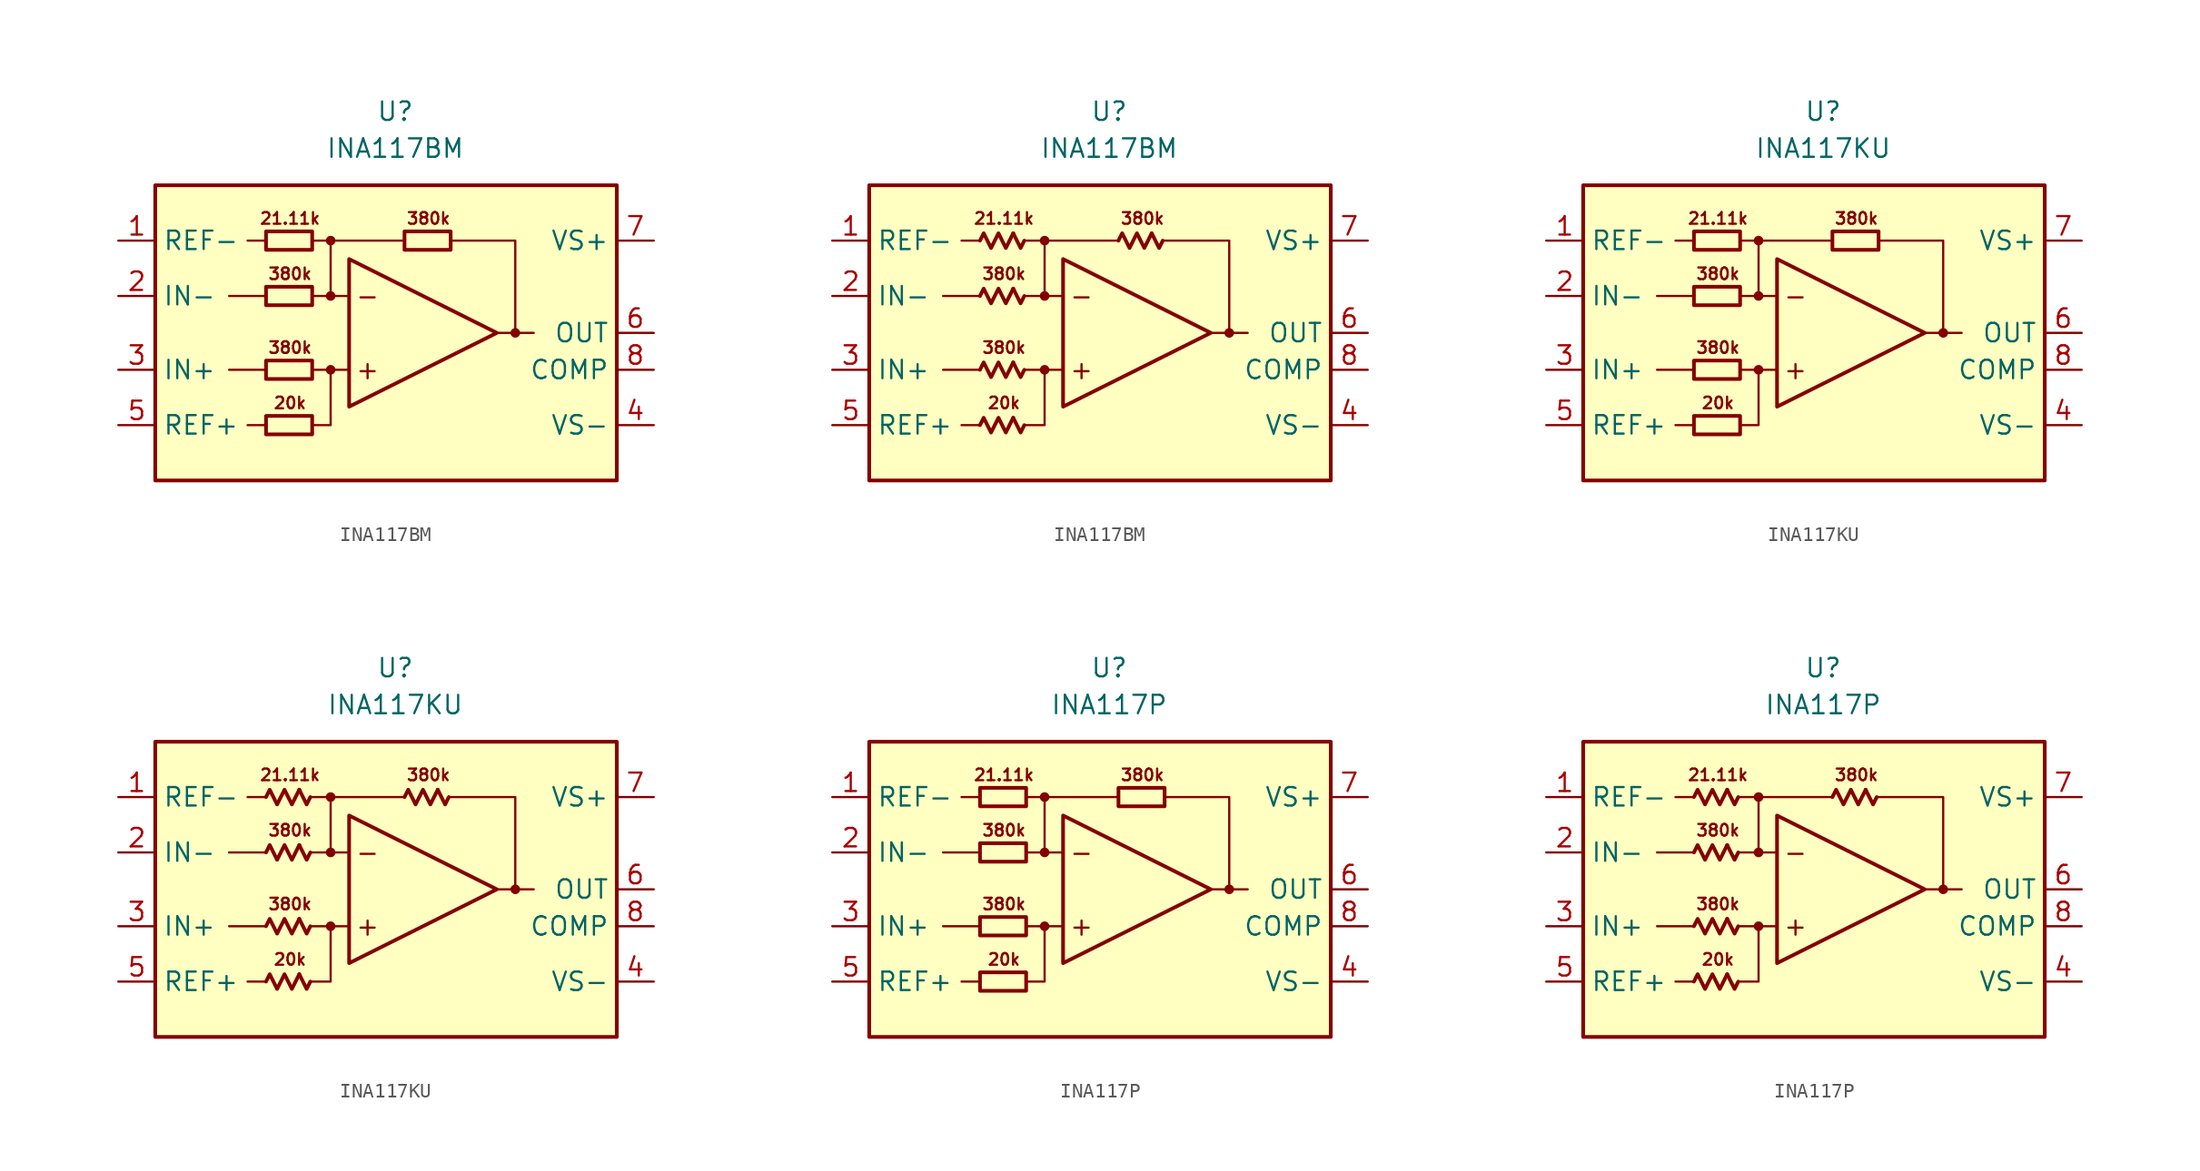
<source format=kicad_sym>
(kicad_symbol_lib
  (version 20231120)
  (generator "kicad_symbol_editor")
  (generator_version "8.0")
  (symbol "INA117BM"
    (property "Reference" "U"
      (at 0 15.24 0)
      (effects (font (size 1.27 1.27))))
    (property "Value" "INA117BM"
      (at 0 12.7 0)
      (effects (font (size 1.27 1.27))))
    (symbol "INA117BM_0_0"
      (rectangle (start -16.51 10.16) (end 15.24 -10.16) (stroke (width 0.254) (type default)) (fill (type background)))
      (circle (center -4.445 -2.54) (radius 0.254) (stroke (width 0.152) (type default)) (fill (type outline)))
      (circle (center -4.445 2.54) (radius 0.254) (stroke (width 0.152) (type default)) (fill (type outline)))
      (circle (center -4.445 6.35) (radius 0.254) (stroke (width 0.152) (type default)) (fill (type outline)))
      (polyline (pts (xy -8.89 -6.35) (xy -10.16 -6.35)) (stroke (width 0.152) (type default)) (fill (type none)))
      (polyline (pts (xy -8.89 -2.54) (xy -11.43 -2.54)) (stroke (width 0.152) (type default)) (fill (type none)))
      (polyline (pts (xy -8.89 2.54) (xy -11.43 2.54)) (stroke (width 0.152) (type default)) (fill (type none)))
      (polyline (pts (xy -8.89 6.35) (xy -10.16 6.35)) (stroke (width 0.152) (type default)) (fill (type none)))
      (polyline (pts (xy -5.715 6.35) (xy 0.635 6.35)) (stroke (width 0.152) (type default)) (fill (type none)))
      (polyline (pts (xy -4.445 2.54) (xy -4.445 6.35)) (stroke (width 0.152) (type default)) (fill (type none)))
      (polyline (pts (xy -3.175 -2.54) (xy -5.715 -2.54)) (stroke (width 0.152) (type default)) (fill (type none)))
      (polyline (pts (xy -3.175 2.54) (xy -5.715 2.54)) (stroke (width 0.152) (type default)) (fill (type none)))
      (polyline (pts (xy 8.255 0) (xy 9.525 0)) (stroke (width 0.152) (type default)) (fill (type none)))
      (polyline (pts (xy -5.715 -6.35) (xy -4.445 -6.35) (xy -4.445 -2.54)) (stroke (width 0.152) (type default)) (fill (type none)))
      (polyline (pts (xy -3.175 5.08) (xy -3.175 -5.08) (xy 6.985 0) (xy -3.175 5.08)) (stroke (width 0.254) (type default)) (fill (type none)))
      (polyline (pts (xy 3.81 6.35) (xy 8.255 6.35) (xy 8.255 0) (xy 6.985 0)) (stroke (width 0.152) (type default)) (fill (type none)))
      (circle (center 8.255 0) (radius 0.254) (stroke (width 0.152) (type default)) (fill (type outline)))
      (text "+" (at -1.905 -2.54 0) (effects (font (size 1.27 1.27))))
      (text "-" (at -1.905 2.54 0) (effects (font (size 1.27 1.27))))
      (text "20k" (at -7.239 -4.826 0) (effects (font (size 0.8 0.8))))
      (text "21.11k" (at -7.239 7.874 0) (effects (font (size 0.8 0.8))))
      (text "380k" (at -7.239 -1.016 0) (effects (font (size 0.8 0.8))))
      (text "380k" (at -7.239 4.064 0) (effects (font (size 0.8 0.8))))
      (text "380k" (at 2.286 7.874 0) (effects (font (size 0.8 0.8)))))
    (symbol "INA117BM_0_1"
      (rectangle (start -8.89 -5.715) (end -5.715 -6.985) (stroke (width 0.254) (type default)) (fill (type none)))
      (rectangle (start -8.89 -1.905) (end -5.715 -3.175) (stroke (width 0.254) (type default)) (fill (type none)))
      (rectangle (start -8.89 3.175) (end -5.715 1.905) (stroke (width 0.254) (type default)) (fill (type none)))
      (rectangle (start -8.89 6.985) (end -5.715 5.715) (stroke (width 0.254) (type default)) (fill (type none)))
      (rectangle (start 0.635 6.985) (end 3.81 5.715) (stroke (width 0.254) (type default)) (fill (type none))))
    (symbol "INA117BM_0_2"
      (polyline (pts (xy -6.604 -5.842) (xy -6.096 -6.858) (xy -5.842 -6.35)) (stroke (width 0.254) (type default)) (fill (type none)))
      (polyline (pts (xy -6.604 -2.032) (xy -6.096 -3.048) (xy -5.842 -2.54)) (stroke (width 0.254) (type default)) (fill (type none)))
      (polyline (pts (xy -6.604 3.048) (xy -6.096 2.032) (xy -5.842 2.54)) (stroke (width 0.254) (type default)) (fill (type none)))
      (polyline (pts (xy -6.604 6.858) (xy -6.096 5.842) (xy -5.842 6.35)) (stroke (width 0.254) (type default)) (fill (type none)))
      (polyline (pts (xy 2.921 6.858) (xy 3.429 5.842) (xy 3.683 6.35)) (stroke (width 0.254) (type default)) (fill (type none)))
      (polyline (pts (xy -8.89 -6.35) (xy -8.636 -5.842) (xy -8.128 -6.858) (xy -7.62 -5.842) (xy -7.112 -6.858) (xy -6.604 -5.842)) (stroke (width 0.254) (type default)) (fill (type none)))
      (polyline (pts (xy -8.89 -2.54) (xy -8.636 -2.032) (xy -8.128 -3.048) (xy -7.62 -2.032) (xy -7.112 -3.048) (xy -6.604 -2.032)) (stroke (width 0.254) (type default)) (fill (type none)))
      (polyline (pts (xy -8.89 2.54) (xy -8.636 3.048) (xy -8.128 2.032) (xy -7.62 3.048) (xy -7.112 2.032) (xy -6.604 3.048)) (stroke (width 0.254) (type default)) (fill (type none)))
      (polyline (pts (xy -8.89 6.35) (xy -8.636 6.858) (xy -8.128 5.842) (xy -7.62 6.858) (xy -7.112 5.842) (xy -6.604 6.858)) (stroke (width 0.254) (type default)) (fill (type none)))
      (polyline (pts (xy 0.635 6.35) (xy 0.889 6.858) (xy 1.397 5.842) (xy 1.905 6.858) (xy 2.413 5.842) (xy 2.921 6.858)) (stroke (width 0.254) (type default)) (fill (type none))))
    (symbol "INA117BM_1_1"
      (pin input line (at -19.05 6.35 0) (length 2.54) (name "REF-" (effects (font (size 1.27 1.27)))) (number "1" (effects (font (size 1.27 1.27)))))
      (pin input line (at -19.05 2.54 0) (length 2.54) (name "IN-" (effects (font (size 1.27 1.27)))) (number "2" (effects (font (size 1.27 1.27)))))
      (pin input line (at -19.05 -2.54 0) (length 2.54) (name "IN+" (effects (font (size 1.27 1.27)))) (number "3" (effects (font (size 1.27 1.27)))))
      (pin power_in line (at 17.78 -6.35 180) (length 2.54) (name "VS-" (effects (font (size 1.27 1.27)))) (number "4" (effects (font (size 1.27 1.27)))))
      (pin input line (at -19.05 -6.35 0) (length 2.54) (name "REF+" (effects (font (size 1.27 1.27)))) (number "5" (effects (font (size 1.27 1.27)))))
      (pin output line (at 17.78 0 180) (length 2.54) (name "OUT" (effects (font (size 1.27 1.27)))) (number "6" (effects (font (size 1.27 1.27)))))
      (pin power_in line (at 17.78 6.35 180) (length 2.54) (name "VS+" (effects (font (size 1.27 1.27)))) (number "7" (effects (font (size 1.27 1.27)))))
      (pin passive line (at 17.78 -2.54 180) (length 2.54) (name "COMP" (effects (font (size 1.27 1.27)))) (number "8" (effects (font (size 1.27 1.27))))))
    (symbol "INA117BM_1_2"
      (pin input line (at -19.05 6.35 0) (length 2.54) (name "REF-" (effects (font (size 1.27 1.27)))) (number "1" (effects (font (size 1.27 1.27)))))
      (pin input line (at -19.05 2.54 0) (length 2.54) (name "IN-" (effects (font (size 1.27 1.27)))) (number "2" (effects (font (size 1.27 1.27)))))
      (pin input line (at -19.05 -2.54 0) (length 2.54) (name "IN+" (effects (font (size 1.27 1.27)))) (number "3" (effects (font (size 1.27 1.27)))))
      (pin power_in line (at 17.78 -6.35 180) (length 2.54) (name "VS-" (effects (font (size 1.27 1.27)))) (number "4" (effects (font (size 1.27 1.27)))))
      (pin input line (at -19.05 -6.35 0) (length 2.54) (name "REF+" (effects (font (size 1.27 1.27)))) (number "5" (effects (font (size 1.27 1.27)))))
      (pin output line (at 17.78 0 180) (length 2.54) (name "OUT" (effects (font (size 1.27 1.27)))) (number "6" (effects (font (size 1.27 1.27)))))
      (pin power_in line (at 17.78 6.35 180) (length 2.54) (name "VS+" (effects (font (size 1.27 1.27)))) (number "7" (effects (font (size 1.27 1.27)))))
      (pin passive line (at 17.78 -2.54 180) (length 2.54) (name "COMP" (effects (font (size 1.27 1.27)))) (number "8" (effects (font (size 1.27 1.27)))))))
  (symbol "INA117KU"
    (property "Reference" "U"
      (at 0 15.24 0)
      (effects (font (size 1.27 1.27))))
    (property "Value" "INA117KU"
      (at 0 12.7 0)
      (effects (font (size 1.27 1.27))))
    (symbol "INA117KU_0_0"
      (rectangle (start -16.51 10.16) (end 15.24 -10.16) (stroke (width 0.254) (type default)) (fill (type background)))
      (circle (center -4.445 -2.54) (radius 0.254) (stroke (width 0.152) (type default)) (fill (type outline)))
      (circle (center -4.445 2.54) (radius 0.254) (stroke (width 0.152) (type default)) (fill (type outline)))
      (circle (center -4.445 6.35) (radius 0.254) (stroke (width 0.152) (type default)) (fill (type outline)))
      (polyline (pts (xy -8.89 -6.35) (xy -10.16 -6.35)) (stroke (width 0.152) (type default)) (fill (type none)))
      (polyline (pts (xy -8.89 -2.54) (xy -11.43 -2.54)) (stroke (width 0.152) (type default)) (fill (type none)))
      (polyline (pts (xy -8.89 2.54) (xy -11.43 2.54)) (stroke (width 0.152) (type default)) (fill (type none)))
      (polyline (pts (xy -8.89 6.35) (xy -10.16 6.35)) (stroke (width 0.152) (type default)) (fill (type none)))
      (polyline (pts (xy -5.715 6.35) (xy 0.635 6.35)) (stroke (width 0.152) (type default)) (fill (type none)))
      (polyline (pts (xy -4.445 2.54) (xy -4.445 6.35)) (stroke (width 0.152) (type default)) (fill (type none)))
      (polyline (pts (xy -3.175 -2.54) (xy -5.715 -2.54)) (stroke (width 0.152) (type default)) (fill (type none)))
      (polyline (pts (xy -3.175 2.54) (xy -5.715 2.54)) (stroke (width 0.152) (type default)) (fill (type none)))
      (polyline (pts (xy 8.255 0) (xy 9.525 0)) (stroke (width 0.152) (type default)) (fill (type none)))
      (polyline (pts (xy -5.715 -6.35) (xy -4.445 -6.35) (xy -4.445 -2.54)) (stroke (width 0.152) (type default)) (fill (type none)))
      (polyline (pts (xy -3.175 5.08) (xy -3.175 -5.08) (xy 6.985 0) (xy -3.175 5.08)) (stroke (width 0.254) (type default)) (fill (type none)))
      (polyline (pts (xy 3.81 6.35) (xy 8.255 6.35) (xy 8.255 0) (xy 6.985 0)) (stroke (width 0.152) (type default)) (fill (type none)))
      (circle (center 8.255 0) (radius 0.254) (stroke (width 0.152) (type default)) (fill (type outline)))
      (text "+" (at -1.905 -2.54 0) (effects (font (size 1.27 1.27))))
      (text "-" (at -1.905 2.54 0) (effects (font (size 1.27 1.27))))
      (text "20k" (at -7.239 -4.826 0) (effects (font (size 0.8 0.8))))
      (text "21.11k" (at -7.239 7.874 0) (effects (font (size 0.8 0.8))))
      (text "380k" (at -7.239 -1.016 0) (effects (font (size 0.8 0.8))))
      (text "380k" (at -7.239 4.064 0) (effects (font (size 0.8 0.8))))
      (text "380k" (at 2.286 7.874 0) (effects (font (size 0.8 0.8)))))
    (symbol "INA117KU_0_1"
      (rectangle (start -8.89 -5.715) (end -5.715 -6.985) (stroke (width 0.254) (type default)) (fill (type none)))
      (rectangle (start -8.89 -1.905) (end -5.715 -3.175) (stroke (width 0.254) (type default)) (fill (type none)))
      (rectangle (start -8.89 3.175) (end -5.715 1.905) (stroke (width 0.254) (type default)) (fill (type none)))
      (rectangle (start -8.89 6.985) (end -5.715 5.715) (stroke (width 0.254) (type default)) (fill (type none)))
      (rectangle (start 0.635 6.985) (end 3.81 5.715) (stroke (width 0.254) (type default)) (fill (type none))))
    (symbol "INA117KU_0_2"
      (polyline (pts (xy -6.604 -5.842) (xy -6.096 -6.858) (xy -5.842 -6.35)) (stroke (width 0.254) (type default)) (fill (type none)))
      (polyline (pts (xy -6.604 -2.032) (xy -6.096 -3.048) (xy -5.842 -2.54)) (stroke (width 0.254) (type default)) (fill (type none)))
      (polyline (pts (xy -6.604 3.048) (xy -6.096 2.032) (xy -5.842 2.54)) (stroke (width 0.254) (type default)) (fill (type none)))
      (polyline (pts (xy -6.604 6.858) (xy -6.096 5.842) (xy -5.842 6.35)) (stroke (width 0.254) (type default)) (fill (type none)))
      (polyline (pts (xy 2.921 6.858) (xy 3.429 5.842) (xy 3.683 6.35)) (stroke (width 0.254) (type default)) (fill (type none)))
      (polyline (pts (xy -8.89 -6.35) (xy -8.636 -5.842) (xy -8.128 -6.858) (xy -7.62 -5.842) (xy -7.112 -6.858) (xy -6.604 -5.842)) (stroke (width 0.254) (type default)) (fill (type none)))
      (polyline (pts (xy -8.89 -2.54) (xy -8.636 -2.032) (xy -8.128 -3.048) (xy -7.62 -2.032) (xy -7.112 -3.048) (xy -6.604 -2.032)) (stroke (width 0.254) (type default)) (fill (type none)))
      (polyline (pts (xy -8.89 2.54) (xy -8.636 3.048) (xy -8.128 2.032) (xy -7.62 3.048) (xy -7.112 2.032) (xy -6.604 3.048)) (stroke (width 0.254) (type default)) (fill (type none)))
      (polyline (pts (xy -8.89 6.35) (xy -8.636 6.858) (xy -8.128 5.842) (xy -7.62 6.858) (xy -7.112 5.842) (xy -6.604 6.858)) (stroke (width 0.254) (type default)) (fill (type none)))
      (polyline (pts (xy 0.635 6.35) (xy 0.889 6.858) (xy 1.397 5.842) (xy 1.905 6.858) (xy 2.413 5.842) (xy 2.921 6.858)) (stroke (width 0.254) (type default)) (fill (type none))))
    (symbol "INA117KU_1_1"
      (pin input line (at -19.05 6.35 0) (length 2.54) (name "REF-" (effects (font (size 1.27 1.27)))) (number "1" (effects (font (size 1.27 1.27)))))
      (pin input line (at -19.05 2.54 0) (length 2.54) (name "IN-" (effects (font (size 1.27 1.27)))) (number "2" (effects (font (size 1.27 1.27)))))
      (pin input line (at -19.05 -2.54 0) (length 2.54) (name "IN+" (effects (font (size 1.27 1.27)))) (number "3" (effects (font (size 1.27 1.27)))))
      (pin power_in line (at 17.78 -6.35 180) (length 2.54) (name "VS-" (effects (font (size 1.27 1.27)))) (number "4" (effects (font (size 1.27 1.27)))))
      (pin input line (at -19.05 -6.35 0) (length 2.54) (name "REF+" (effects (font (size 1.27 1.27)))) (number "5" (effects (font (size 1.27 1.27)))))
      (pin output line (at 17.78 0 180) (length 2.54) (name "OUT" (effects (font (size 1.27 1.27)))) (number "6" (effects (font (size 1.27 1.27)))))
      (pin power_in line (at 17.78 6.35 180) (length 2.54) (name "VS+" (effects (font (size 1.27 1.27)))) (number "7" (effects (font (size 1.27 1.27)))))
      (pin passive line (at 17.78 -2.54 180) (length 2.54) (name "COMP" (effects (font (size 1.27 1.27)))) (number "8" (effects (font (size 1.27 1.27))))))
    (symbol "INA117KU_1_2"
      (pin input line (at -19.05 6.35 0) (length 2.54) (name "REF-" (effects (font (size 1.27 1.27)))) (number "1" (effects (font (size 1.27 1.27)))))
      (pin input line (at -19.05 2.54 0) (length 2.54) (name "IN-" (effects (font (size 1.27 1.27)))) (number "2" (effects (font (size 1.27 1.27)))))
      (pin input line (at -19.05 -2.54 0) (length 2.54) (name "IN+" (effects (font (size 1.27 1.27)))) (number "3" (effects (font (size 1.27 1.27)))))
      (pin power_in line (at 17.78 -6.35 180) (length 2.54) (name "VS-" (effects (font (size 1.27 1.27)))) (number "4" (effects (font (size 1.27 1.27)))))
      (pin input line (at -19.05 -6.35 0) (length 2.54) (name "REF+" (effects (font (size 1.27 1.27)))) (number "5" (effects (font (size 1.27 1.27)))))
      (pin output line (at 17.78 0 180) (length 2.54) (name "OUT" (effects (font (size 1.27 1.27)))) (number "6" (effects (font (size 1.27 1.27)))))
      (pin power_in line (at 17.78 6.35 180) (length 2.54) (name "VS+" (effects (font (size 1.27 1.27)))) (number "7" (effects (font (size 1.27 1.27)))))
      (pin passive line (at 17.78 -2.54 180) (length 2.54) (name "COMP" (effects (font (size 1.27 1.27)))) (number "8" (effects (font (size 1.27 1.27)))))))
  (symbol "INA117P"
    (property "Reference" "U"
      (at 0 15.24 0)
      (effects (font (size 1.27 1.27))))
    (property "Value" "INA117P"
      (at 0 12.7 0)
      (effects (font (size 1.27 1.27))))
    (symbol "INA117P_0_0"
      (rectangle (start -16.51 10.16) (end 15.24 -10.16) (stroke (width 0.254) (type default)) (fill (type background)))
      (circle (center -4.445 -2.54) (radius 0.254) (stroke (width 0.152) (type default)) (fill (type outline)))
      (circle (center -4.445 2.54) (radius 0.254) (stroke (width 0.152) (type default)) (fill (type outline)))
      (circle (center -4.445 6.35) (radius 0.254) (stroke (width 0.152) (type default)) (fill (type outline)))
      (polyline (pts (xy -8.89 -6.35) (xy -10.16 -6.35)) (stroke (width 0.152) (type default)) (fill (type none)))
      (polyline (pts (xy -8.89 -2.54) (xy -11.43 -2.54)) (stroke (width 0.152) (type default)) (fill (type none)))
      (polyline (pts (xy -8.89 2.54) (xy -11.43 2.54)) (stroke (width 0.152) (type default)) (fill (type none)))
      (polyline (pts (xy -8.89 6.35) (xy -10.16 6.35)) (stroke (width 0.152) (type default)) (fill (type none)))
      (polyline (pts (xy -5.715 6.35) (xy 0.635 6.35)) (stroke (width 0.152) (type default)) (fill (type none)))
      (polyline (pts (xy -4.445 2.54) (xy -4.445 6.35)) (stroke (width 0.152) (type default)) (fill (type none)))
      (polyline (pts (xy -3.175 -2.54) (xy -5.715 -2.54)) (stroke (width 0.152) (type default)) (fill (type none)))
      (polyline (pts (xy -3.175 2.54) (xy -5.715 2.54)) (stroke (width 0.152) (type default)) (fill (type none)))
      (polyline (pts (xy 8.255 0) (xy 9.525 0)) (stroke (width 0.152) (type default)) (fill (type none)))
      (polyline (pts (xy -5.715 -6.35) (xy -4.445 -6.35) (xy -4.445 -2.54)) (stroke (width 0.152) (type default)) (fill (type none)))
      (polyline (pts (xy -3.175 5.08) (xy -3.175 -5.08) (xy 6.985 0) (xy -3.175 5.08)) (stroke (width 0.254) (type default)) (fill (type none)))
      (polyline (pts (xy 3.81 6.35) (xy 8.255 6.35) (xy 8.255 0) (xy 6.985 0)) (stroke (width 0.152) (type default)) (fill (type none)))
      (circle (center 8.255 0) (radius 0.254) (stroke (width 0.152) (type default)) (fill (type outline)))
      (text "+" (at -1.905 -2.54 0) (effects (font (size 1.27 1.27))))
      (text "-" (at -1.905 2.54 0) (effects (font (size 1.27 1.27))))
      (text "20k" (at -7.239 -4.826 0) (effects (font (size 0.8 0.8))))
      (text "21.11k" (at -7.239 7.874 0) (effects (font (size 0.8 0.8))))
      (text "380k" (at -7.239 -1.016 0) (effects (font (size 0.8 0.8))))
      (text "380k" (at -7.239 4.064 0) (effects (font (size 0.8 0.8))))
      (text "380k" (at 2.286 7.874 0) (effects (font (size 0.8 0.8)))))
    (symbol "INA117P_0_1"
      (rectangle (start -8.89 -5.715) (end -5.715 -6.985) (stroke (width 0.254) (type default)) (fill (type none)))
      (rectangle (start -8.89 -1.905) (end -5.715 -3.175) (stroke (width 0.254) (type default)) (fill (type none)))
      (rectangle (start -8.89 3.175) (end -5.715 1.905) (stroke (width 0.254) (type default)) (fill (type none)))
      (rectangle (start -8.89 6.985) (end -5.715 5.715) (stroke (width 0.254) (type default)) (fill (type none)))
      (rectangle (start 0.635 6.985) (end 3.81 5.715) (stroke (width 0.254) (type default)) (fill (type none))))
    (symbol "INA117P_0_2"
      (polyline (pts (xy -6.604 -5.842) (xy -6.096 -6.858) (xy -5.842 -6.35)) (stroke (width 0.254) (type default)) (fill (type none)))
      (polyline (pts (xy -6.604 -2.032) (xy -6.096 -3.048) (xy -5.842 -2.54)) (stroke (width 0.254) (type default)) (fill (type none)))
      (polyline (pts (xy -6.604 3.048) (xy -6.096 2.032) (xy -5.842 2.54)) (stroke (width 0.254) (type default)) (fill (type none)))
      (polyline (pts (xy -6.604 6.858) (xy -6.096 5.842) (xy -5.842 6.35)) (stroke (width 0.254) (type default)) (fill (type none)))
      (polyline (pts (xy 2.921 6.858) (xy 3.429 5.842) (xy 3.683 6.35)) (stroke (width 0.254) (type default)) (fill (type none)))
      (polyline (pts (xy -8.89 -6.35) (xy -8.636 -5.842) (xy -8.128 -6.858) (xy -7.62 -5.842) (xy -7.112 -6.858) (xy -6.604 -5.842)) (stroke (width 0.254) (type default)) (fill (type none)))
      (polyline (pts (xy -8.89 -2.54) (xy -8.636 -2.032) (xy -8.128 -3.048) (xy -7.62 -2.032) (xy -7.112 -3.048) (xy -6.604 -2.032)) (stroke (width 0.254) (type default)) (fill (type none)))
      (polyline (pts (xy -8.89 2.54) (xy -8.636 3.048) (xy -8.128 2.032) (xy -7.62 3.048) (xy -7.112 2.032) (xy -6.604 3.048)) (stroke (width 0.254) (type default)) (fill (type none)))
      (polyline (pts (xy -8.89 6.35) (xy -8.636 6.858) (xy -8.128 5.842) (xy -7.62 6.858) (xy -7.112 5.842) (xy -6.604 6.858)) (stroke (width 0.254) (type default)) (fill (type none)))
      (polyline (pts (xy 0.635 6.35) (xy 0.889 6.858) (xy 1.397 5.842) (xy 1.905 6.858) (xy 2.413 5.842) (xy 2.921 6.858)) (stroke (width 0.254) (type default)) (fill (type none))))
    (symbol "INA117P_1_1"
      (pin input line (at -19.05 6.35 0) (length 2.54) (name "REF-" (effects (font (size 1.27 1.27)))) (number "1" (effects (font (size 1.27 1.27)))))
      (pin input line (at -19.05 2.54 0) (length 2.54) (name "IN-" (effects (font (size 1.27 1.27)))) (number "2" (effects (font (size 1.27 1.27)))))
      (pin input line (at -19.05 -2.54 0) (length 2.54) (name "IN+" (effects (font (size 1.27 1.27)))) (number "3" (effects (font (size 1.27 1.27)))))
      (pin power_in line (at 17.78 -6.35 180) (length 2.54) (name "VS-" (effects (font (size 1.27 1.27)))) (number "4" (effects (font (size 1.27 1.27)))))
      (pin input line (at -19.05 -6.35 0) (length 2.54) (name "REF+" (effects (font (size 1.27 1.27)))) (number "5" (effects (font (size 1.27 1.27)))))
      (pin output line (at 17.78 0 180) (length 2.54) (name "OUT" (effects (font (size 1.27 1.27)))) (number "6" (effects (font (size 1.27 1.27)))))
      (pin power_in line (at 17.78 6.35 180) (length 2.54) (name "VS+" (effects (font (size 1.27 1.27)))) (number "7" (effects (font (size 1.27 1.27)))))
      (pin passive line (at 17.78 -2.54 180) (length 2.54) (name "COMP" (effects (font (size 1.27 1.27)))) (number "8" (effects (font (size 1.27 1.27))))))
    (symbol "INA117P_1_2"
      (pin input line (at -19.05 6.35 0) (length 2.54) (name "REF-" (effects (font (size 1.27 1.27)))) (number "1" (effects (font (size 1.27 1.27)))))
      (pin input line (at -19.05 2.54 0) (length 2.54) (name "IN-" (effects (font (size 1.27 1.27)))) (number "2" (effects (font (size 1.27 1.27)))))
      (pin input line (at -19.05 -2.54 0) (length 2.54) (name "IN+" (effects (font (size 1.27 1.27)))) (number "3" (effects (font (size 1.27 1.27)))))
      (pin power_in line (at 17.78 -6.35 180) (length 2.54) (name "VS-" (effects (font (size 1.27 1.27)))) (number "4" (effects (font (size 1.27 1.27)))))
      (pin input line (at -19.05 -6.35 0) (length 2.54) (name "REF+" (effects (font (size 1.27 1.27)))) (number "5" (effects (font (size 1.27 1.27)))))
      (pin output line (at 17.78 0 180) (length 2.54) (name "OUT" (effects (font (size 1.27 1.27)))) (number "6" (effects (font (size 1.27 1.27)))))
      (pin power_in line (at 17.78 6.35 180) (length 2.54) (name "VS+" (effects (font (size 1.27 1.27)))) (number "7" (effects (font (size 1.27 1.27)))))
      (pin passive line (at 17.78 -2.54 180) (length 2.54) (name "COMP" (effects (font (size 1.27 1.27)))) (number "8" (effects (font (size 1.27 1.27))))))))
</source>
